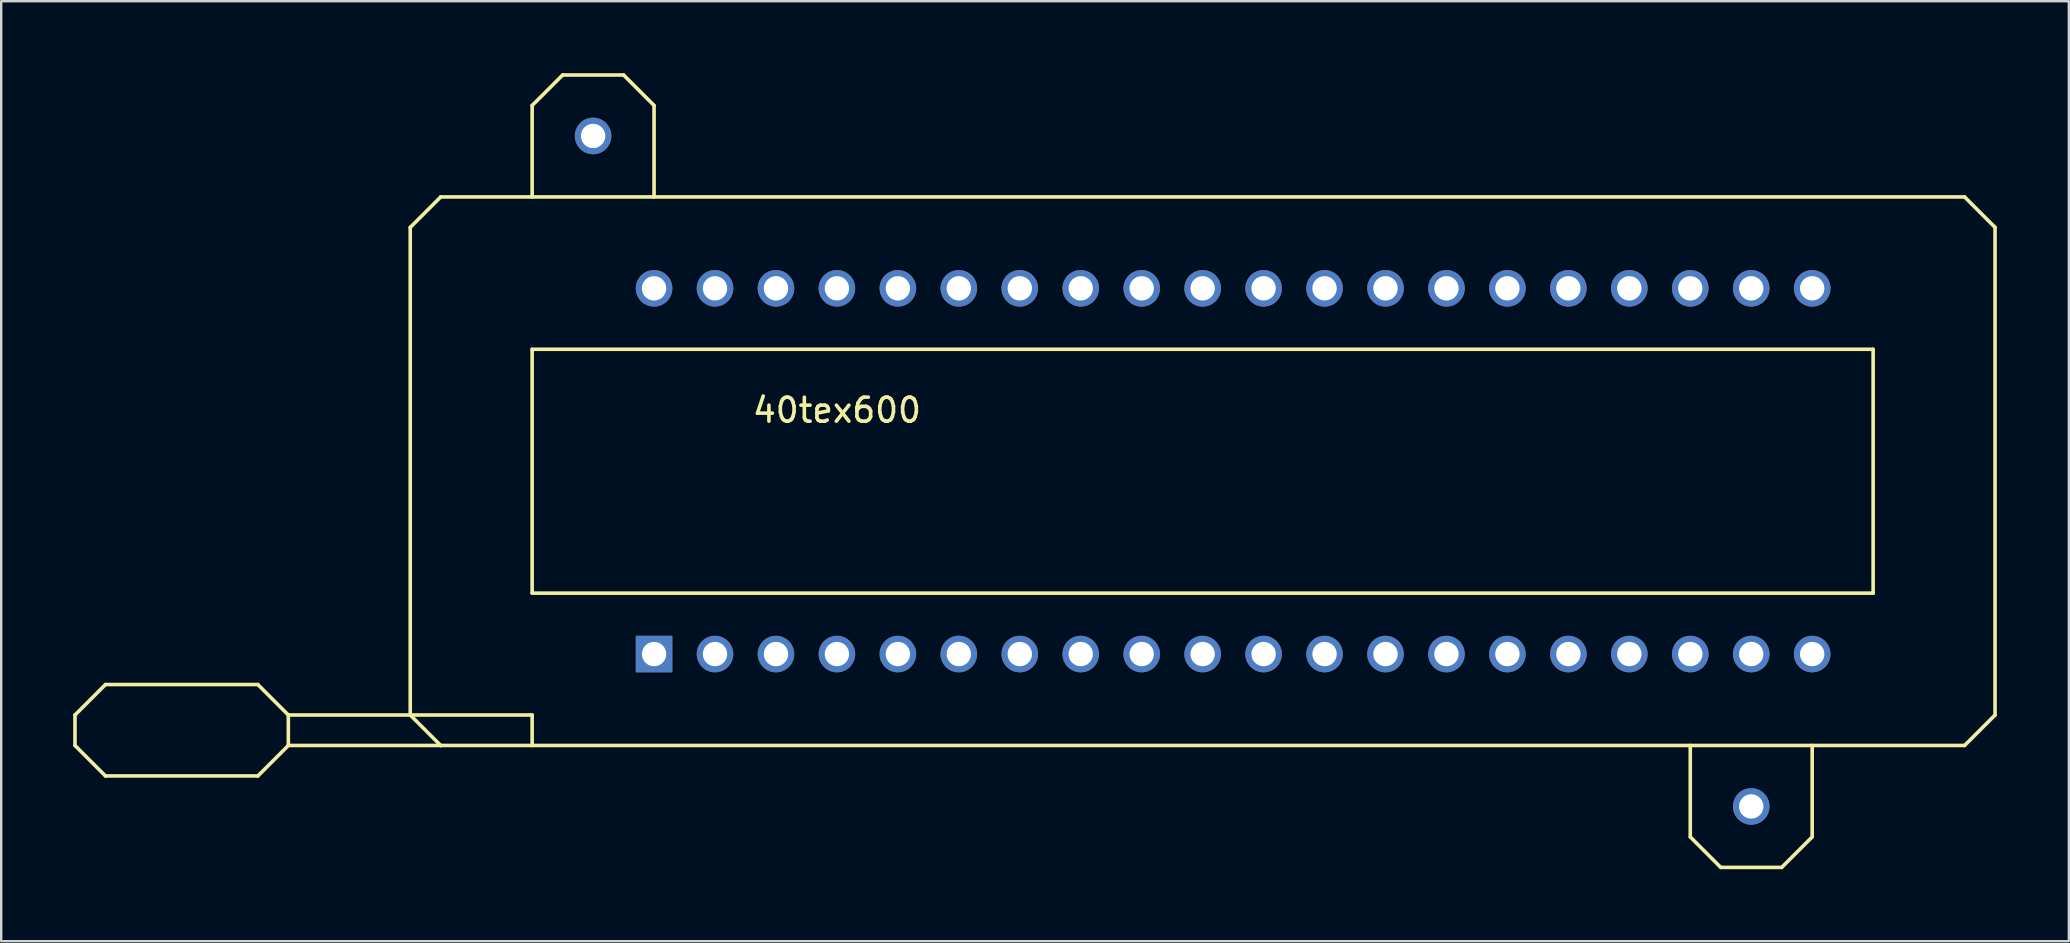
<source format=kicad_pcb>
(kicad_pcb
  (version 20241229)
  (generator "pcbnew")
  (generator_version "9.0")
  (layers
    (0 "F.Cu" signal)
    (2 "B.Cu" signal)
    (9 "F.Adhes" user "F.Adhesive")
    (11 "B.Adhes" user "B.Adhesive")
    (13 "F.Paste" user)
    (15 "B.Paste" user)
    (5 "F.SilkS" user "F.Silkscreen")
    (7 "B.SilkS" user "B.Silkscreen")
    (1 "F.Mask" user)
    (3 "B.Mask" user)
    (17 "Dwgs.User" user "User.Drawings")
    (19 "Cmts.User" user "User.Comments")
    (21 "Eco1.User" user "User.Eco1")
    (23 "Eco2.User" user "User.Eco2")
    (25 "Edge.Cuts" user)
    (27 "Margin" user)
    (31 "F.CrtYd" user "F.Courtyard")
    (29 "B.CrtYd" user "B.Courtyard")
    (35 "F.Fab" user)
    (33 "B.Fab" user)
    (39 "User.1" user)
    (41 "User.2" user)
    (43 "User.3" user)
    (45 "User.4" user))
  (footprint "40tex600"
    (layer "F.Cu")
    (at 48.335 16.585)
    (property "Reference" "40tex600" (at -16.51 -2.54 0) (layer "F.SilkS") (effects (font (size 1 1) (thickness 0.15))))
    (attr through_hole)
    (fp_line (start -48.26 10.16) (end -48.26 11.43) (stroke (width 0.15) (type solid)) (layer "F.SilkS"))
    (fp_line (start -48.26 11.43) (end -46.99 12.7) (stroke (width 0.15) (type solid)) (layer "F.SilkS"))
    (fp_line (start -46.99 8.89) (end -48.26 10.16) (stroke (width 0.15) (type solid)) (layer "F.SilkS"))
    (fp_line (start -46.99 12.7) (end -40.64 12.7) (stroke (width 0.15) (type solid)) (layer "F.SilkS"))
    (fp_line (start -40.64 8.89) (end -46.99 8.89) (stroke (width 0.15) (type solid)) (layer "F.SilkS"))
    (fp_line (start -40.64 12.7) (end -39.37 11.43) (stroke (width 0.15) (type solid)) (layer "F.SilkS"))
    (fp_line (start -39.37 10.16) (end -40.64 8.89) (stroke (width 0.15) (type solid)) (layer "F.SilkS"))
    (fp_line (start -39.37 10.16) (end -29.21 10.16) (stroke (width 0.15) (type solid)) (layer "F.SilkS"))
    (fp_line (start -39.37 11.43) (end -39.37 10.16) (stroke (width 0.15) (type solid)) (layer "F.SilkS"))
    (fp_line (start -39.37 11.43) (end -33.02 11.43) (stroke (width 0.15) (type solid)) (layer "F.SilkS"))
    (fp_line (start -34.29 -10.16) (end -33.02 -11.43) (stroke (width 0.15) (type solid)) (layer "F.SilkS"))
    (fp_line (start -34.29 10.16) (end -34.29 -10.16) (stroke (width 0.15) (type solid)) (layer "F.SilkS"))
    (fp_line (start -33.02 -11.43) (end 30.48 -11.43) (stroke (width 0.15) (type solid)) (layer "F.SilkS"))
    (fp_line (start -33.02 11.43) (end -34.29 10.16) (stroke (width 0.15) (type solid)) (layer "F.SilkS"))
    (fp_line (start -29.21 -15.24) (end -29.21 -11.43) (stroke (width 0.15) (type solid)) (layer "F.SilkS"))
    (fp_line (start -29.21 -5.08) (end 26.67 -5.08) (stroke (width 0.15) (type solid)) (layer "F.SilkS"))
    (fp_line (start -29.21 5.08) (end -29.21 -5.08) (stroke (width 0.15) (type solid)) (layer "F.SilkS"))
    (fp_line (start -29.21 10.16) (end -29.21 11.43) (stroke (width 0.15) (type solid)) (layer "F.SilkS"))
    (fp_line (start -27.94 -16.51) (end -29.21 -15.24) (stroke (width 0.15) (type solid)) (layer "F.SilkS"))
    (fp_line (start -25.4 -16.51) (end -27.94 -16.51) (stroke (width 0.15) (type solid)) (layer "F.SilkS"))
    (fp_line (start -24.13 -15.24) (end -25.4 -16.51) (stroke (width 0.15) (type solid)) (layer "F.SilkS"))
    (fp_line (start -24.13 -11.43) (end -24.13 -15.24) (stroke (width 0.15) (type solid)) (layer "F.SilkS"))
    (fp_line (start 19.05 15.24) (end 19.05 11.43) (stroke (width 0.15) (type solid)) (layer "F.SilkS"))
    (fp_line (start 20.32 16.51) (end 19.05 15.24) (stroke (width 0.15) (type solid)) (layer "F.SilkS"))
    (fp_line (start 22.86 16.51) (end 20.32 16.51) (stroke (width 0.15) (type solid)) (layer "F.SilkS"))
    (fp_line (start 24.13 11.43) (end 24.13 15.24) (stroke (width 0.15) (type solid)) (layer "F.SilkS"))
    (fp_line (start 24.13 15.24) (end 22.86 16.51) (stroke (width 0.15) (type solid)) (layer "F.SilkS"))
    (fp_line (start 26.67 -5.08) (end 26.67 5.08) (stroke (width 0.15) (type solid)) (layer "F.SilkS"))
    (fp_line (start 26.67 5.08) (end -29.21 5.08) (stroke (width 0.15) (type solid)) (layer "F.SilkS"))
    (fp_line (start 30.48 -11.43) (end 31.75 -10.16) (stroke (width 0.15) (type solid)) (layer "F.SilkS"))
    (fp_line (start 30.48 11.43) (end -33.02 11.43) (stroke (width 0.15) (type solid)) (layer "F.SilkS"))
    (fp_line (start 31.75 -10.16) (end 31.75 10.16) (stroke (width 0.15) (type solid)) (layer "F.SilkS"))
    (fp_line (start 31.75 10.16) (end 30.48 11.43) (stroke (width 0.15) (type solid)) (layer "F.SilkS"))
    (pad "1" thru_hole rect (at -24.13 7.62) (size 1.524 1.524) (drill 1.016) (layers "*.Cu" "*.Mask"))
    (pad "2" thru_hole circle (at -21.59 7.62) (size 1.524 1.524) (drill 1.016) (layers "*.Cu" "*.Mask"))
    (pad "3" thru_hole circle (at -19.05 7.62) (size 1.524 1.524) (drill 1.016) (layers "*.Cu" "*.Mask"))
    (pad "4" thru_hole circle (at -16.51 7.62) (size 1.524 1.524) (drill 1.016) (layers "*.Cu" "*.Mask"))
    (pad "5" thru_hole circle (at -13.97 7.62) (size 1.524 1.524) (drill 1.016) (layers "*.Cu" "*.Mask"))
    (pad "6" thru_hole circle (at -11.43 7.62) (size 1.524 1.524) (drill 1.016) (layers "*.Cu" "*.Mask"))
    (pad "7" thru_hole circle (at -8.89 7.62) (size 1.524 1.524) (drill 1.016) (layers "*.Cu" "*.Mask"))
    (pad "8" thru_hole circle (at -6.35 7.62) (size 1.524 1.524) (drill 1.016) (layers "*.Cu" "*.Mask"))
    (pad "9" thru_hole circle (at -3.81 7.62) (size 1.524 1.524) (drill 1.016) (layers "*.Cu" "*.Mask"))
    (pad "10" thru_hole circle (at -1.27 7.62) (size 1.524 1.524) (drill 1.016) (layers "*.Cu" "*.Mask"))
    (pad "11" thru_hole circle (at 1.27 7.62) (size 1.524 1.524) (drill 1.016) (layers "*.Cu" "*.Mask"))
    (pad "12" thru_hole circle (at 3.81 7.62) (size 1.524 1.524) (drill 1.016) (layers "*.Cu" "*.Mask"))
    (pad "13" thru_hole circle (at 6.35 7.62) (size 1.524 1.524) (drill 1.016) (layers "*.Cu" "*.Mask"))
    (pad "14" thru_hole circle (at 8.89 7.62) (size 1.524 1.524) (drill 1.016) (layers "*.Cu" "*.Mask"))
    (pad "15" thru_hole circle (at 11.43 7.62) (size 1.524 1.524) (drill 1.016) (layers "*.Cu" "*.Mask"))
    (pad "16" thru_hole circle (at 13.97 7.62) (size 1.524 1.524) (drill 1.016) (layers "*.Cu" "*.Mask"))
    (pad "17" thru_hole circle (at 16.51 7.62) (size 1.524 1.524) (drill 1.016) (layers "*.Cu" "*.Mask"))
    (pad "18" thru_hole circle (at 19.05 7.62) (size 1.524 1.524) (drill 1.016) (layers "*.Cu" "*.Mask"))
    (pad "19" thru_hole circle (at 21.59 7.62) (size 1.524 1.524) (drill 1.016) (layers "*.Cu" "*.Mask"))
    (pad "20" thru_hole circle (at 24.13 7.62) (size 1.524 1.524) (drill 1.016) (layers "*.Cu" "*.Mask"))
    (pad "21" thru_hole circle (at 24.13 -7.62) (size 1.524 1.524) (drill 1.016) (layers "*.Cu" "*.Mask"))
    (pad "22" thru_hole circle (at 21.59 -7.62) (size 1.524 1.524) (drill 1.016) (layers "*.Cu" "*.Mask"))
    (pad "23" thru_hole circle (at 19.05 -7.62) (size 1.524 1.524) (drill 1.016) (layers "*.Cu" "*.Mask"))
    (pad "24" thru_hole circle (at 16.51 -7.62) (size 1.524 1.524) (drill 1.016) (layers "*.Cu" "*.Mask"))
    (pad "25" thru_hole circle (at 13.97 -7.62) (size 1.524 1.524) (drill 1.016) (layers "*.Cu" "*.Mask"))
    (pad "26" thru_hole circle (at 11.43 -7.62) (size 1.524 1.524) (drill 1.016) (layers "*.Cu" "*.Mask"))
    (pad "27" thru_hole circle (at 8.89 -7.62) (size 1.524 1.524) (drill 1.016) (layers "*.Cu" "*.Mask"))
    (pad "28" thru_hole circle (at 6.35 -7.62) (size 1.524 1.524) (drill 1.016) (layers "*.Cu" "*.Mask"))
    (pad "29" thru_hole circle (at 3.81 -7.62) (size 1.524 1.524) (drill 1.016) (layers "*.Cu" "*.Mask"))
    (pad "30" thru_hole circle (at 1.27 -7.62) (size 1.524 1.524) (drill 1.016) (layers "*.Cu" "*.Mask"))
    (pad "31" thru_hole circle (at -1.27 -7.62) (size 1.524 1.524) (drill 1.016) (layers "*.Cu" "*.Mask"))
    (pad "32" thru_hole circle (at -3.81 -7.62) (size 1.524 1.524) (drill 1.016) (layers "*.Cu" "*.Mask"))
    (pad "33" thru_hole circle (at -6.35 -7.62) (size 1.524 1.524) (drill 1.016) (layers "*.Cu" "*.Mask"))
    (pad "34" thru_hole circle (at -8.89 -7.62) (size 1.524 1.524) (drill 1.016) (layers "*.Cu" "*.Mask"))
    (pad "35" thru_hole circle (at -11.43 -7.62) (size 1.524 1.524) (drill 1.016) (layers "*.Cu" "*.Mask"))
    (pad "36" thru_hole circle (at -13.97 -7.62) (size 1.524 1.524) (drill 1.016) (layers "*.Cu" "*.Mask"))
    (pad "37" thru_hole circle (at -16.51 -7.62) (size 1.524 1.524) (drill 1.016) (layers "*.Cu" "*.Mask"))
    (pad "38" thru_hole circle (at -19.05 -7.62) (size 1.524 1.524) (drill 1.016) (layers "*.Cu" "*.Mask"))
    (pad "39" thru_hole circle (at -21.59 -7.62) (size 1.524 1.524) (drill 1.016) (layers "*.Cu" "*.Mask"))
    (pad "40" thru_hole circle (at -24.13 -7.62) (size 1.524 1.524) (drill 1.016) (layers "*.Cu" "*.Mask"))
    (pad "HOLE" thru_hole circle (at -26.67 -13.97) (size 1.524 1.524) (drill 1.016) (layers "*.Cu" "*.Mask"))
    (pad "HOLE" thru_hole circle (at 21.59 13.97) (size 1.524 1.524) (drill 1.016) (layers "*.Cu" "*.Mask")))
  (gr_rect
    (start -3 -3)
    (end 83.16 36.17)
    (stroke (width 0.1) (type default))
    (fill no)
    (layer "Edge.Cuts")))
</source>
